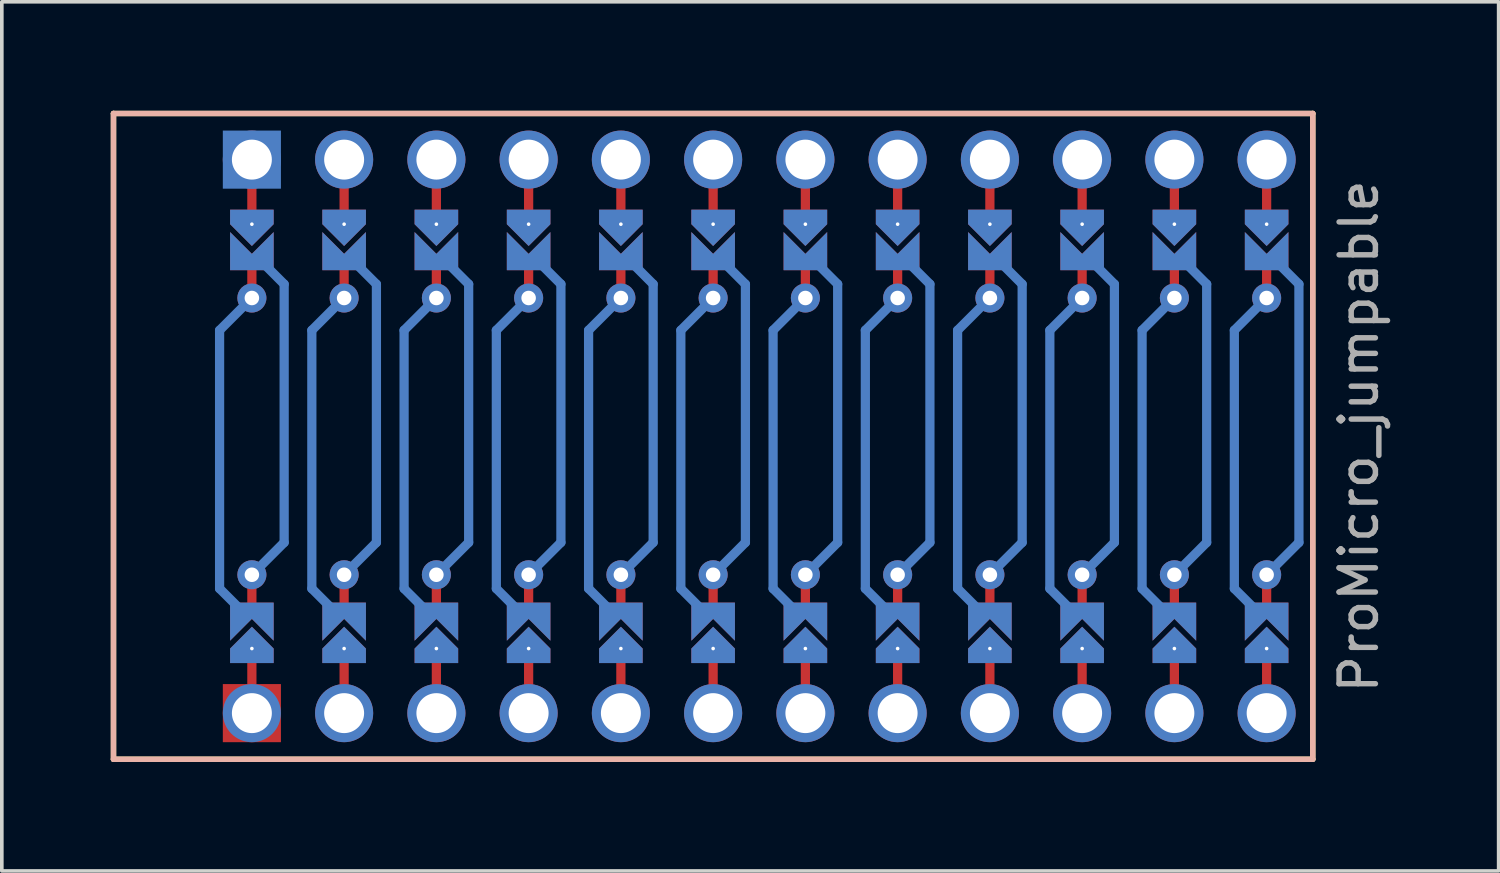
<source format=kicad_pcb>
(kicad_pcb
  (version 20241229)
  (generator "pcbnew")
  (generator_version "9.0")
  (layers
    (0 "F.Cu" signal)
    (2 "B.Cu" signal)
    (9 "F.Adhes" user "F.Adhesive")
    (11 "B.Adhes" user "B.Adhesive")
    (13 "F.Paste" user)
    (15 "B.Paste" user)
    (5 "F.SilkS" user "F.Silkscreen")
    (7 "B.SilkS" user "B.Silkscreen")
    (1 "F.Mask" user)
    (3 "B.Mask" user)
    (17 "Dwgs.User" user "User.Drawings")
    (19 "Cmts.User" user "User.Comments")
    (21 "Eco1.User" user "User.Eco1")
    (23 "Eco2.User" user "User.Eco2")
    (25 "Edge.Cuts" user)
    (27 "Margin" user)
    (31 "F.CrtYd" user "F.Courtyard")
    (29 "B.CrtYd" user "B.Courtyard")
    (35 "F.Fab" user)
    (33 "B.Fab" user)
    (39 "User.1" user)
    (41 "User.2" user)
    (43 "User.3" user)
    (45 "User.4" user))
  (footprint "ProMicro_jumpable"
    (layer "F.Cu")
    (at 17.855 8.965)
    (property "Reference" "ProMicro_jumpable" (at 16.51 0 90) (layer "F.Fab") (effects (font (size 1 1) (thickness 0.15))))
    (attr through_hole)
    (fp_line (start -13.97 -7.62) (end -13.97 -5.842) (stroke (width 0.254) (type default)) (layer "F.Cu"))
    (fp_line (start -13.97 -3.81) (end -13.97 -4.826) (stroke (width 0.254) (type default)) (layer "F.Cu"))
    (fp_line (start -13.97 3.81) (end -13.97 4.826) (stroke (width 0.254) (type default)) (layer "F.Cu"))
    (fp_line (start -13.97 7.62) (end -13.97 5.842) (stroke (width 0.254) (type default)) (layer "F.Cu"))
    (fp_line (start -11.43 -7.62) (end -11.43 -5.842) (stroke (width 0.254) (type default)) (layer "F.Cu"))
    (fp_line (start -11.43 -3.81) (end -11.43 -4.826) (stroke (width 0.254) (type default)) (layer "F.Cu"))
    (fp_line (start -11.43 3.81) (end -11.43 4.826) (stroke (width 0.254) (type default)) (layer "F.Cu"))
    (fp_line (start -11.43 7.62) (end -11.43 5.842) (stroke (width 0.254) (type default)) (layer "F.Cu"))
    (fp_line (start -8.89 -7.62) (end -8.89 -5.842) (stroke (width 0.254) (type default)) (layer "F.Cu"))
    (fp_line (start -8.89 -3.81) (end -8.89 -4.826) (stroke (width 0.254) (type default)) (layer "F.Cu"))
    (fp_line (start -8.89 3.81) (end -8.89 4.826) (stroke (width 0.254) (type default)) (layer "F.Cu"))
    (fp_line (start -8.89 7.62) (end -8.89 5.842) (stroke (width 0.254) (type default)) (layer "F.Cu"))
    (fp_line (start -6.35 -7.62) (end -6.35 -5.842) (stroke (width 0.254) (type default)) (layer "F.Cu"))
    (fp_line (start -6.35 -3.81) (end -6.35 -4.826) (stroke (width 0.254) (type default)) (layer "F.Cu"))
    (fp_line (start -6.35 3.81) (end -6.35 4.826) (stroke (width 0.254) (type default)) (layer "F.Cu"))
    (fp_line (start -6.35 7.62) (end -6.35 5.842) (stroke (width 0.254) (type default)) (layer "F.Cu"))
    (fp_line (start -3.81 -7.62) (end -3.81 -5.842) (stroke (width 0.254) (type default)) (layer "F.Cu"))
    (fp_line (start -3.81 -3.81) (end -3.81 -4.826) (stroke (width 0.254) (type default)) (layer "F.Cu"))
    (fp_line (start -3.81 3.81) (end -3.81 4.826) (stroke (width 0.254) (type default)) (layer "F.Cu"))
    (fp_line (start -3.81 7.62) (end -3.81 5.842) (stroke (width 0.254) (type default)) (layer "F.Cu"))
    (fp_line (start -1.27 -7.62) (end -1.27 -5.842) (stroke (width 0.254) (type default)) (layer "F.Cu"))
    (fp_line (start -1.27 -3.81) (end -1.27 -4.826) (stroke (width 0.254) (type default)) (layer "F.Cu"))
    (fp_line (start -1.27 3.81) (end -1.27 4.826) (stroke (width 0.254) (type default)) (layer "F.Cu"))
    (fp_line (start -1.27 7.62) (end -1.27 5.842) (stroke (width 0.254) (type default)) (layer "F.Cu"))
    (fp_line (start 1.27 -7.62) (end 1.27 -5.842) (stroke (width 0.254) (type default)) (layer "F.Cu"))
    (fp_line (start 1.27 -3.81) (end 1.27 -4.826) (stroke (width 0.254) (type default)) (layer "F.Cu"))
    (fp_line (start 1.27 3.81) (end 1.27 4.826) (stroke (width 0.254) (type default)) (layer "F.Cu"))
    (fp_line (start 1.27 7.62) (end 1.27 5.842) (stroke (width 0.254) (type default)) (layer "F.Cu"))
    (fp_line (start 3.81 -7.62) (end 3.81 -5.842) (stroke (width 0.254) (type default)) (layer "F.Cu"))
    (fp_line (start 3.81 -3.81) (end 3.81 -4.826) (stroke (width 0.254) (type default)) (layer "F.Cu"))
    (fp_line (start 3.81 3.81) (end 3.81 4.826) (stroke (width 0.254) (type default)) (layer "F.Cu"))
    (fp_line (start 3.81 7.62) (end 3.81 5.842) (stroke (width 0.254) (type default)) (layer "F.Cu"))
    (fp_line (start 6.35 -7.62) (end 6.35 -5.842) (stroke (width 0.254) (type default)) (layer "F.Cu"))
    (fp_line (start 6.35 -3.81) (end 6.35 -4.826) (stroke (width 0.254) (type default)) (layer "F.Cu"))
    (fp_line (start 6.35 3.81) (end 6.35 4.826) (stroke (width 0.254) (type default)) (layer "F.Cu"))
    (fp_line (start 6.35 7.62) (end 6.35 5.842) (stroke (width 0.254) (type default)) (layer "F.Cu"))
    (fp_line (start 8.89 -7.62) (end 8.89 -5.842) (stroke (width 0.254) (type default)) (layer "F.Cu"))
    (fp_line (start 8.89 -3.81) (end 8.89 -4.826) (stroke (width 0.254) (type default)) (layer "F.Cu"))
    (fp_line (start 8.89 3.81) (end 8.89 4.826) (stroke (width 0.254) (type default)) (layer "F.Cu"))
    (fp_line (start 8.89 7.62) (end 8.89 5.842) (stroke (width 0.254) (type default)) (layer "F.Cu"))
    (fp_line (start 11.43 -7.62) (end 11.43 -5.842) (stroke (width 0.254) (type default)) (layer "F.Cu"))
    (fp_line (start 11.43 -3.81) (end 11.43 -4.826) (stroke (width 0.254) (type default)) (layer "F.Cu"))
    (fp_line (start 11.43 3.81) (end 11.43 4.826) (stroke (width 0.254) (type default)) (layer "F.Cu"))
    (fp_line (start 11.43 7.62) (end 11.43 5.842) (stroke (width 0.254) (type default)) (layer "F.Cu"))
    (fp_line (start 13.97 -7.62) (end 13.97 -5.842) (stroke (width 0.254) (type default)) (layer "F.Cu"))
    (fp_line (start 13.97 -3.81) (end 13.97 -4.826) (stroke (width 0.254) (type default)) (layer "F.Cu"))
    (fp_line (start 13.97 3.81) (end 13.97 4.826) (stroke (width 0.254) (type default)) (layer "F.Cu"))
    (fp_line (start 13.97 7.62) (end 13.97 5.842) (stroke (width 0.254) (type default)) (layer "F.Cu"))
    (fp_poly (pts (xy -14.478 5.08) (xy -13.462 5.08) (xy -13.462 6.096) (xy -14.478 6.096)) (stroke (width 0.2) (type solid)) (fill yes) (layer "F.Mask"))
    (fp_poly (pts (xy -13.462 -5.08) (xy -14.478 -5.08) (xy -14.478 -6.096) (xy -13.462 -6.096)) (stroke (width 0.2) (type solid)) (fill yes) (layer "F.Mask"))
    (fp_poly (pts (xy -11.938 5.08) (xy -10.922 5.08) (xy -10.922 6.096) (xy -11.938 6.096)) (stroke (width 0.2) (type solid)) (fill yes) (layer "F.Mask"))
    (fp_poly (pts (xy -10.922 -5.08) (xy -11.938 -5.08) (xy -11.938 -6.096) (xy -10.922 -6.096)) (stroke (width 0.2) (type solid)) (fill yes) (layer "F.Mask"))
    (fp_poly (pts (xy -9.398 5.08) (xy -8.382 5.08) (xy -8.382 6.096) (xy -9.398 6.096)) (stroke (width 0.2) (type solid)) (fill yes) (layer "F.Mask"))
    (fp_poly (pts (xy -8.382 -5.08) (xy -9.398 -5.08) (xy -9.398 -6.096) (xy -8.382 -6.096)) (stroke (width 0.2) (type solid)) (fill yes) (layer "F.Mask"))
    (fp_poly (pts (xy -6.858 5.08) (xy -5.842 5.08) (xy -5.842 6.096) (xy -6.858 6.096)) (stroke (width 0.2) (type solid)) (fill yes) (layer "F.Mask"))
    (fp_poly (pts (xy -5.842 -5.08) (xy -6.858 -5.08) (xy -6.858 -6.096) (xy -5.842 -6.096)) (stroke (width 0.2) (type solid)) (fill yes) (layer "F.Mask"))
    (fp_poly (pts (xy -4.318 5.08) (xy -3.302 5.08) (xy -3.302 6.096) (xy -4.318 6.096)) (stroke (width 0.2) (type solid)) (fill yes) (layer "F.Mask"))
    (fp_poly (pts (xy -3.302 -5.08) (xy -4.318 -5.08) (xy -4.318 -6.096) (xy -3.302 -6.096)) (stroke (width 0.2) (type solid)) (fill yes) (layer "F.Mask"))
    (fp_poly (pts (xy -1.778 5.08) (xy -0.762 5.08) (xy -0.762 6.096) (xy -1.778 6.096)) (stroke (width 0.2) (type solid)) (fill yes) (layer "F.Mask"))
    (fp_poly (pts (xy -0.762 -5.08) (xy -1.778 -5.08) (xy -1.778 -6.096) (xy -0.762 -6.096)) (stroke (width 0.2) (type solid)) (fill yes) (layer "F.Mask"))
    (fp_poly (pts (xy 0.762 5.08) (xy 1.778 5.08) (xy 1.778 6.096) (xy 0.762 6.096)) (stroke (width 0.2) (type solid)) (fill yes) (layer "F.Mask"))
    (fp_poly (pts (xy 1.778 -5.08) (xy 0.762 -5.08) (xy 0.762 -6.096) (xy 1.778 -6.096)) (stroke (width 0.2) (type solid)) (fill yes) (layer "F.Mask"))
    (fp_poly (pts (xy 3.302 5.08) (xy 4.318 5.08) (xy 4.318 6.096) (xy 3.302 6.096)) (stroke (width 0.2) (type solid)) (fill yes) (layer "F.Mask"))
    (fp_poly (pts (xy 4.318 -5.08) (xy 3.302 -5.08) (xy 3.302 -6.096) (xy 4.318 -6.096)) (stroke (width 0.2) (type solid)) (fill yes) (layer "F.Mask"))
    (fp_poly (pts (xy 5.842 5.08) (xy 6.858 5.08) (xy 6.858 6.096) (xy 5.842 6.096)) (stroke (width 0.2) (type solid)) (fill yes) (layer "F.Mask"))
    (fp_poly (pts (xy 6.858 -5.08) (xy 5.842 -5.08) (xy 5.842 -6.096) (xy 6.858 -6.096)) (stroke (width 0.2) (type solid)) (fill yes) (layer "F.Mask"))
    (fp_poly (pts (xy 8.382 5.08) (xy 9.398 5.08) (xy 9.398 6.096) (xy 8.382 6.096)) (stroke (width 0.2) (type solid)) (fill yes) (layer "F.Mask"))
    (fp_poly (pts (xy 9.398 -5.08) (xy 8.382 -5.08) (xy 8.382 -6.096) (xy 9.398 -6.096)) (stroke (width 0.2) (type solid)) (fill yes) (layer "F.Mask"))
    (fp_poly (pts (xy 10.922 5.08) (xy 11.938 5.08) (xy 11.938 6.096) (xy 10.922 6.096)) (stroke (width 0.2) (type solid)) (fill yes) (layer "F.Mask"))
    (fp_poly (pts (xy 11.938 -5.08) (xy 10.922 -5.08) (xy 10.922 -6.096) (xy 11.938 -6.096)) (stroke (width 0.2) (type solid)) (fill yes) (layer "F.Mask"))
    (fp_poly (pts (xy 13.462 5.08) (xy 14.478 5.08) (xy 14.478 6.096) (xy 13.462 6.096)) (stroke (width 0.2) (type solid)) (fill yes) (layer "F.Mask"))
    (fp_poly (pts (xy 14.478 -5.08) (xy 13.462 -5.08) (xy 13.462 -6.096) (xy 14.478 -6.096)) (stroke (width 0.2) (type solid)) (fill yes) (layer "F.Mask"))
    (fp_line (start -14.859 -2.921) (end -14.859 4.191) (stroke (width 0.254) (type default)) (layer "B.Cu"))
    (fp_line (start -14.859 -2.921) (end -13.97 -3.81) (stroke (width 0.254) (type default)) (layer "B.Cu"))
    (fp_line (start -14.859 4.191) (end -14.17 4.88) (stroke (width 0.254) (type default)) (layer "B.Cu"))
    (fp_line (start -13.081 -4.191) (end -13.77 -4.88) (stroke (width 0.254) (type default)) (layer "B.Cu"))
    (fp_line (start -13.081 2.921) (end -13.97 3.81) (stroke (width 0.254) (type default)) (layer "B.Cu"))
    (fp_line (start -13.081 2.921) (end -13.081 -4.191) (stroke (width 0.254) (type default)) (layer "B.Cu"))
    (fp_line (start -12.319 -2.921) (end -12.319 4.191) (stroke (width 0.254) (type default)) (layer "B.Cu"))
    (fp_line (start -12.319 -2.921) (end -11.43 -3.81) (stroke (width 0.254) (type default)) (layer "B.Cu"))
    (fp_line (start -12.319 4.191) (end -11.63 4.88) (stroke (width 0.254) (type default)) (layer "B.Cu"))
    (fp_line (start -10.541 -4.191) (end -11.23 -4.88) (stroke (width 0.254) (type default)) (layer "B.Cu"))
    (fp_line (start -10.541 2.921) (end -11.43 3.81) (stroke (width 0.254) (type default)) (layer "B.Cu"))
    (fp_line (start -10.541 2.921) (end -10.541 -4.191) (stroke (width 0.254) (type default)) (layer "B.Cu"))
    (fp_line (start -9.779 -2.921) (end -9.779 4.191) (stroke (width 0.254) (type default)) (layer "B.Cu"))
    (fp_line (start -9.779 -2.921) (end -8.89 -3.81) (stroke (width 0.254) (type default)) (layer "B.Cu"))
    (fp_line (start -9.779 4.191) (end -9.09 4.88) (stroke (width 0.254) (type default)) (layer "B.Cu"))
    (fp_line (start -8.001 -4.191) (end -8.69 -4.88) (stroke (width 0.254) (type default)) (layer "B.Cu"))
    (fp_line (start -8.001 2.921) (end -8.89 3.81) (stroke (width 0.254) (type default)) (layer "B.Cu"))
    (fp_line (start -8.001 2.921) (end -8.001 -4.191) (stroke (width 0.254) (type default)) (layer "B.Cu"))
    (fp_line (start -7.239 -2.921) (end -7.239 4.191) (stroke (width 0.254) (type default)) (layer "B.Cu"))
    (fp_line (start -7.239 -2.921) (end -6.35 -3.81) (stroke (width 0.254) (type default)) (layer "B.Cu"))
    (fp_line (start -7.239 4.191) (end -6.55 4.88) (stroke (width 0.254) (type default)) (layer "B.Cu"))
    (fp_line (start -5.461 -4.191) (end -6.15 -4.88) (stroke (width 0.254) (type default)) (layer "B.Cu"))
    (fp_line (start -5.461 2.921) (end -6.35 3.81) (stroke (width 0.254) (type default)) (layer "B.Cu"))
    (fp_line (start -5.461 2.921) (end -5.461 -4.191) (stroke (width 0.254) (type default)) (layer "B.Cu"))
    (fp_line (start -4.699 -2.921) (end -4.699 4.191) (stroke (width 0.254) (type default)) (layer "B.Cu"))
    (fp_line (start -4.699 -2.921) (end -3.81 -3.81) (stroke (width 0.254) (type default)) (layer "B.Cu"))
    (fp_line (start -4.699 4.191) (end -4.01 4.88) (stroke (width 0.254) (type default)) (layer "B.Cu"))
    (fp_line (start -2.921 -4.191) (end -3.61 -4.88) (stroke (width 0.254) (type default)) (layer "B.Cu"))
    (fp_line (start -2.921 2.921) (end -3.81 3.81) (stroke (width 0.254) (type default)) (layer "B.Cu"))
    (fp_line (start -2.921 2.921) (end -2.921 -4.191) (stroke (width 0.254) (type default)) (layer "B.Cu"))
    (fp_line (start -2.159 -2.921) (end -2.159 4.191) (stroke (width 0.254) (type default)) (layer "B.Cu"))
    (fp_line (start -2.159 -2.921) (end -1.27 -3.81) (stroke (width 0.254) (type default)) (layer "B.Cu"))
    (fp_line (start -2.159 4.191) (end -1.47 4.88) (stroke (width 0.254) (type default)) (layer "B.Cu"))
    (fp_line (start -0.381 -4.191) (end -1.07 -4.88) (stroke (width 0.254) (type default)) (layer "B.Cu"))
    (fp_line (start -0.381 2.921) (end -1.27 3.81) (stroke (width 0.254) (type default)) (layer "B.Cu"))
    (fp_line (start -0.381 2.921) (end -0.381 -4.191) (stroke (width 0.254) (type default)) (layer "B.Cu"))
    (fp_line (start 0.381 -2.921) (end 0.381 4.191) (stroke (width 0.254) (type default)) (layer "B.Cu"))
    (fp_line (start 0.381 -2.921) (end 1.27 -3.81) (stroke (width 0.254) (type default)) (layer "B.Cu"))
    (fp_line (start 0.381 4.191) (end 1.07 4.88) (stroke (width 0.254) (type default)) (layer "B.Cu"))
    (fp_line (start 2.159 -4.191) (end 1.47 -4.88) (stroke (width 0.254) (type default)) (layer "B.Cu"))
    (fp_line (start 2.159 2.921) (end 1.27 3.81) (stroke (width 0.254) (type default)) (layer "B.Cu"))
    (fp_line (start 2.159 2.921) (end 2.159 -4.191) (stroke (width 0.254) (type default)) (layer "B.Cu"))
    (fp_line (start 2.921 -2.921) (end 2.921 4.191) (stroke (width 0.254) (type default)) (layer "B.Cu"))
    (fp_line (start 2.921 -2.921) (end 3.81 -3.81) (stroke (width 0.254) (type default)) (layer "B.Cu"))
    (fp_line (start 2.921 4.191) (end 3.61 4.88) (stroke (width 0.254) (type default)) (layer "B.Cu"))
    (fp_line (start 4.699 -4.191) (end 4.01 -4.88) (stroke (width 0.254) (type default)) (layer "B.Cu"))
    (fp_line (start 4.699 2.921) (end 3.81 3.81) (stroke (width 0.254) (type default)) (layer "B.Cu"))
    (fp_line (start 4.699 2.921) (end 4.699 -4.191) (stroke (width 0.254) (type default)) (layer "B.Cu"))
    (fp_line (start 5.461 -2.921) (end 5.461 4.191) (stroke (width 0.254) (type default)) (layer "B.Cu"))
    (fp_line (start 5.461 -2.921) (end 6.35 -3.81) (stroke (width 0.254) (type default)) (layer "B.Cu"))
    (fp_line (start 5.461 4.191) (end 6.15 4.88) (stroke (width 0.254) (type default)) (layer "B.Cu"))
    (fp_line (start 7.239 -4.191) (end 6.55 -4.88) (stroke (width 0.254) (type default)) (layer "B.Cu"))
    (fp_line (start 7.239 2.921) (end 6.35 3.81) (stroke (width 0.254) (type default)) (layer "B.Cu"))
    (fp_line (start 7.239 2.921) (end 7.239 -4.191) (stroke (width 0.254) (type default)) (layer "B.Cu"))
    (fp_line (start 8.001 -2.921) (end 8.001 4.191) (stroke (width 0.254) (type default)) (layer "B.Cu"))
    (fp_line (start 8.001 -2.921) (end 8.89 -3.81) (stroke (width 0.254) (type default)) (layer "B.Cu"))
    (fp_line (start 8.001 4.191) (end 8.69 4.88) (stroke (width 0.254) (type default)) (layer "B.Cu"))
    (fp_line (start 9.779 -4.191) (end 9.09 -4.88) (stroke (width 0.254) (type default)) (layer "B.Cu"))
    (fp_line (start 9.779 2.921) (end 8.89 3.81) (stroke (width 0.254) (type default)) (layer "B.Cu"))
    (fp_line (start 9.779 2.921) (end 9.779 -4.191) (stroke (width 0.254) (type default)) (layer "B.Cu"))
    (fp_line (start 10.541 -2.921) (end 10.541 4.191) (stroke (width 0.254) (type default)) (layer "B.Cu"))
    (fp_line (start 10.541 -2.921) (end 11.43 -3.81) (stroke (width 0.254) (type default)) (layer "B.Cu"))
    (fp_line (start 10.541 4.191) (end 11.23 4.88) (stroke (width 0.254) (type default)) (layer "B.Cu"))
    (fp_line (start 12.319 -4.191) (end 11.63 -4.88) (stroke (width 0.254) (type default)) (layer "B.Cu"))
    (fp_line (start 12.319 2.921) (end 11.43 3.81) (stroke (width 0.254) (type default)) (layer "B.Cu"))
    (fp_line (start 12.319 2.921) (end 12.319 -4.191) (stroke (width 0.254) (type default)) (layer "B.Cu"))
    (fp_line (start 13.081 -2.921) (end 13.081 4.191) (stroke (width 0.254) (type default)) (layer "B.Cu"))
    (fp_line (start 13.081 -2.921) (end 13.97 -3.81) (stroke (width 0.254) (type default)) (layer "B.Cu"))
    (fp_line (start 13.081 4.191) (end 13.77 4.88) (stroke (width 0.254) (type default)) (layer "B.Cu"))
    (fp_line (start 14.859 -4.191) (end 14.17 -4.88) (stroke (width 0.254) (type default)) (layer "B.Cu"))
    (fp_line (start 14.859 2.921) (end 13.97 3.81) (stroke (width 0.254) (type default)) (layer "B.Cu"))
    (fp_line (start 14.859 2.921) (end 14.859 -4.191) (stroke (width 0.254) (type default)) (layer "B.Cu"))
    (fp_poly (pts (xy -14.478 5.08) (xy -13.462 5.08) (xy -13.462 6.096) (xy -14.478 6.096)) (stroke (width 0.2) (type solid)) (fill yes) (layer "B.Mask"))
    (fp_poly (pts (xy -13.462 -5.08) (xy -14.478 -5.08) (xy -14.478 -6.096) (xy -13.462 -6.096)) (stroke (width 0.2) (type solid)) (fill yes) (layer "B.Mask"))
    (fp_poly (pts (xy -11.938 5.08) (xy -10.922 5.08) (xy -10.922 6.096) (xy -11.938 6.096)) (stroke (width 0.2) (type solid)) (fill yes) (layer "B.Mask"))
    (fp_poly (pts (xy -10.922 -5.08) (xy -11.938 -5.08) (xy -11.938 -6.096) (xy -10.922 -6.096)) (stroke (width 0.2) (type solid)) (fill yes) (layer "B.Mask"))
    (fp_poly (pts (xy -9.398 5.08) (xy -8.382 5.08) (xy -8.382 6.096) (xy -9.398 6.096)) (stroke (width 0.2) (type solid)) (fill yes) (layer "B.Mask"))
    (fp_poly (pts (xy -8.382 -5.08) (xy -9.398 -5.08) (xy -9.398 -6.096) (xy -8.382 -6.096)) (stroke (width 0.2) (type solid)) (fill yes) (layer "B.Mask"))
    (fp_poly (pts (xy -6.858 5.08) (xy -5.842 5.08) (xy -5.842 6.096) (xy -6.858 6.096)) (stroke (width 0.2) (type solid)) (fill yes) (layer "B.Mask"))
    (fp_poly (pts (xy -5.842 -5.08) (xy -6.858 -5.08) (xy -6.858 -6.096) (xy -5.842 -6.096)) (stroke (width 0.2) (type solid)) (fill yes) (layer "B.Mask"))
    (fp_poly (pts (xy -4.318 5.08) (xy -3.302 5.08) (xy -3.302 6.096) (xy -4.318 6.096)) (stroke (width 0.2) (type solid)) (fill yes) (layer "B.Mask"))
    (fp_poly (pts (xy -3.302 -5.08) (xy -4.318 -5.08) (xy -4.318 -6.096) (xy -3.302 -6.096)) (stroke (width 0.2) (type solid)) (fill yes) (layer "B.Mask"))
    (fp_poly (pts (xy -1.778 5.08) (xy -0.762 5.08) (xy -0.762 6.096) (xy -1.778 6.096)) (stroke (width 0.2) (type solid)) (fill yes) (layer "B.Mask"))
    (fp_poly (pts (xy -0.762 -5.08) (xy -1.778 -5.08) (xy -1.778 -6.096) (xy -0.762 -6.096)) (stroke (width 0.2) (type solid)) (fill yes) (layer "B.Mask"))
    (fp_poly (pts (xy 0.762 5.08) (xy 1.778 5.08) (xy 1.778 6.096) (xy 0.762 6.096)) (stroke (width 0.2) (type solid)) (fill yes) (layer "B.Mask"))
    (fp_poly (pts (xy 1.778 -5.08) (xy 0.762 -5.08) (xy 0.762 -6.096) (xy 1.778 -6.096)) (stroke (width 0.2) (type solid)) (fill yes) (layer "B.Mask"))
    (fp_poly (pts (xy 3.302 5.08) (xy 4.318 5.08) (xy 4.318 6.096) (xy 3.302 6.096)) (stroke (width 0.2) (type solid)) (fill yes) (layer "B.Mask"))
    (fp_poly (pts (xy 4.318 -5.08) (xy 3.302 -5.08) (xy 3.302 -6.096) (xy 4.318 -6.096)) (stroke (width 0.2) (type solid)) (fill yes) (layer "B.Mask"))
    (fp_poly (pts (xy 5.842 5.08) (xy 6.858 5.08) (xy 6.858 6.096) (xy 5.842 6.096)) (stroke (width 0.2) (type solid)) (fill yes) (layer "B.Mask"))
    (fp_poly (pts (xy 6.858 -5.08) (xy 5.842 -5.08) (xy 5.842 -6.096) (xy 6.858 -6.096)) (stroke (width 0.2) (type solid)) (fill yes) (layer "B.Mask"))
    (fp_poly (pts (xy 8.382 5.08) (xy 9.398 5.08) (xy 9.398 6.096) (xy 8.382 6.096)) (stroke (width 0.2) (type solid)) (fill yes) (layer "B.Mask"))
    (fp_poly (pts (xy 9.398 -5.08) (xy 8.382 -5.08) (xy 8.382 -6.096) (xy 9.398 -6.096)) (stroke (width 0.2) (type solid)) (fill yes) (layer "B.Mask"))
    (fp_poly (pts (xy 10.922 5.08) (xy 11.938 5.08) (xy 11.938 6.096) (xy 10.922 6.096)) (stroke (width 0.2) (type solid)) (fill yes) (layer "B.Mask"))
    (fp_poly (pts (xy 11.938 -5.08) (xy 10.922 -5.08) (xy 10.922 -6.096) (xy 11.938 -6.096)) (stroke (width 0.2) (type solid)) (fill yes) (layer "B.Mask"))
    (fp_poly (pts (xy 13.462 5.08) (xy 14.478 5.08) (xy 14.478 6.096) (xy 13.462 6.096)) (stroke (width 0.2) (type solid)) (fill yes) (layer "B.Mask"))
    (fp_poly (pts (xy 14.478 -5.08) (xy 13.462 -5.08) (xy 13.462 -6.096) (xy 14.478 -6.096)) (stroke (width 0.2) (type solid)) (fill yes) (layer "B.Mask"))
    (fp_line (start -17.78 -8.89) (end 15.24 -8.89) (stroke (width 0.15) (type solid)) (layer "F.SilkS"))
    (fp_line (start -17.78 8.89) (end -17.78 -8.89) (stroke (width 0.15) (type solid)) (layer "F.SilkS"))
    (fp_line (start -17.78 8.89) (end 15.24 8.89) (stroke (width 0.15) (type solid)) (layer "F.SilkS"))
    (fp_line (start 15.24 8.89) (end 15.24 -8.89) (stroke (width 0.15) (type solid)) (layer "F.SilkS"))
    (fp_line (start -17.78 -8.89) (end -17.78 8.89) (stroke (width 0.15) (type solid)) (layer "B.SilkS"))
    (fp_line (start -17.78 -8.89) (end 15.24 -8.89) (stroke (width 0.15) (type solid)) (layer "B.SilkS"))
    (fp_line (start -17.78 8.89) (end 15.24 8.89) (stroke (width 0.15) (type solid)) (layer "B.SilkS"))
    (fp_line (start 15.24 -8.89) (end 15.24 8.89) (stroke (width 0.15) (type solid)) (layer "B.SilkS"))
    (pad "" thru_hole circle (at -13.97 -7.62) (size 1.6 1.6) (drill 1.1) (layers "*.Cu" "*.Paste" "*.Mask"))
    (pad "" smd rect (at -13.97 -7.62) (size 1.6 1.6) (layers "B.Cu" "B.Mask" "B.Paste"))
    (pad "" thru_hole custom (at -13.97 -5.842) (size 0.1 0.1) (drill 0.4) (layers "*.Cu" "*.Mask") (options (anchor rect)) (primitives (gr_poly (pts (xy 0.6 -0.4) (xy -0.6 -0.4) (xy -0.6 0) (xy 0 0.6) (xy 0.6 0)) (width 0) (fill yes))))
    (pad "" thru_hole custom (at -13.97 5.842 180) (size 0.1 0.1) (drill 0.4) (layers "*.Cu" "*.Mask") (options (anchor rect)) (primitives (gr_poly (pts (xy 0.6 -0.4) (xy -0.6 -0.4) (xy -0.6 0) (xy 0 0.6) (xy 0.6 0)) (width 0) (fill yes))))
    (pad "" thru_hole circle (at -13.97 7.62) (size 1.6 1.6) (drill 1.1) (layers "*.Cu" "*.Paste" "*.Mask"))
    (pad "" smd rect (at -13.97 7.62 270) (size 1.6 1.6) (layers "F.Cu" "F.Mask" "F.Paste"))
    (pad "" thru_hole circle (at -11.43 -7.62) (size 1.6 1.6) (drill 1.1) (layers "*.Cu" "*.Paste" "*.Mask"))
    (pad "" thru_hole custom (at -11.43 -5.842) (size 0.1 0.1) (drill 0.4) (layers "*.Cu" "*.Mask") (options (anchor rect)) (primitives (gr_poly (pts (xy 0.6 -0.4) (xy -0.6 -0.4) (xy -0.6 0) (xy 0 0.6) (xy 0.6 0)) (width 0) (fill yes))))
    (pad "" thru_hole custom (at -11.43 5.842 180) (size 0.1 0.1) (drill 0.4) (layers "*.Cu" "*.Mask") (options (anchor rect)) (primitives (gr_poly (pts (xy 0.6 -0.4) (xy -0.6 -0.4) (xy -0.6 0) (xy 0 0.6) (xy 0.6 0)) (width 0) (fill yes))))
    (pad "" thru_hole circle (at -11.43 7.62) (size 1.6 1.6) (drill 1.1) (layers "*.Cu" "*.Paste" "*.Mask"))
    (pad "" thru_hole circle (at -8.89 -7.62) (size 1.6 1.6) (drill 1.1) (layers "*.Cu" "*.Paste" "*.Mask"))
    (pad "" thru_hole custom (at -8.89 -5.842) (size 0.1 0.1) (drill 0.4) (layers "*.Cu" "*.Mask") (options (anchor rect)) (primitives (gr_poly (pts (xy 0.6 -0.4) (xy -0.6 -0.4) (xy -0.6 0) (xy 0 0.6) (xy 0.6 0)) (width 0) (fill yes))))
    (pad "" thru_hole custom (at -8.89 5.842 180) (size 0.1 0.1) (drill 0.4) (layers "*.Cu" "*.Mask") (options (anchor rect)) (primitives (gr_poly (pts (xy 0.6 -0.4) (xy -0.6 -0.4) (xy -0.6 0) (xy 0 0.6) (xy 0.6 0)) (width 0) (fill yes))))
    (pad "" thru_hole circle (at -8.89 7.62) (size 1.6 1.6) (drill 1.1) (layers "*.Cu" "*.Paste" "*.Mask"))
    (pad "" thru_hole circle (at -6.35 -7.62) (size 1.6 1.6) (drill 1.1) (layers "*.Cu" "*.Paste" "*.Mask"))
    (pad "" thru_hole custom (at -6.35 -5.842) (size 0.1 0.1) (drill 0.4) (layers "*.Cu" "*.Mask") (options (anchor rect)) (primitives (gr_poly (pts (xy 0.6 -0.4) (xy -0.6 -0.4) (xy -0.6 0) (xy 0 0.6) (xy 0.6 0)) (width 0) (fill yes))))
    (pad "" thru_hole custom (at -6.35 5.842 180) (size 0.1 0.1) (drill 0.4) (layers "*.Cu" "*.Mask") (options (anchor rect)) (primitives (gr_poly (pts (xy 0.6 -0.4) (xy -0.6 -0.4) (xy -0.6 0) (xy 0 0.6) (xy 0.6 0)) (width 0) (fill yes))))
    (pad "" thru_hole circle (at -6.35 7.62) (size 1.6 1.6) (drill 1.1) (layers "*.Cu" "*.Paste" "*.Mask"))
    (pad "" thru_hole circle (at -3.81 -7.62) (size 1.6 1.6) (drill 1.1) (layers "*.Cu" "*.Paste" "*.Mask"))
    (pad "" thru_hole custom (at -3.81 -5.842) (size 0.1 0.1) (drill 0.4) (layers "*.Cu" "*.Mask") (options (anchor rect)) (primitives (gr_poly (pts (xy 0.6 -0.4) (xy -0.6 -0.4) (xy -0.6 0) (xy 0 0.6) (xy 0.6 0)) (width 0) (fill yes))))
    (pad "" thru_hole custom (at -3.81 5.842 180) (size 0.1 0.1) (drill 0.4) (layers "*.Cu" "*.Mask") (options (anchor rect)) (primitives (gr_poly (pts (xy 0.6 -0.4) (xy -0.6 -0.4) (xy -0.6 0) (xy 0 0.6) (xy 0.6 0)) (width 0) (fill yes))))
    (pad "" thru_hole circle (at -3.81 7.62) (size 1.6 1.6) (drill 1.1) (layers "*.Cu" "*.Paste" "*.Mask"))
    (pad "" thru_hole circle (at -1.27 -7.62) (size 1.6 1.6) (drill 1.1) (layers "*.Cu" "*.Paste" "*.Mask"))
    (pad "" thru_hole custom (at -1.27 -5.842) (size 0.1 0.1) (drill 0.4) (layers "*.Cu" "*.Mask") (options (anchor rect)) (primitives (gr_poly (pts (xy 0.6 -0.4) (xy -0.6 -0.4) (xy -0.6 0) (xy 0 0.6) (xy 0.6 0)) (width 0) (fill yes))))
    (pad "" thru_hole custom (at -1.27 5.842 180) (size 0.1 0.1) (drill 0.4) (layers "*.Cu" "*.Mask") (options (anchor rect)) (primitives (gr_poly (pts (xy 0.6 -0.4) (xy -0.6 -0.4) (xy -0.6 0) (xy 0 0.6) (xy 0.6 0)) (width 0) (fill yes))))
    (pad "" thru_hole circle (at -1.27 7.62) (size 1.6 1.6) (drill 1.1) (layers "*.Cu" "*.Paste" "*.Mask"))
    (pad "" thru_hole circle (at 1.27 -7.62) (size 1.6 1.6) (drill 1.1) (layers "*.Cu" "*.Paste" "*.Mask"))
    (pad "" thru_hole custom (at 1.27 -5.842) (size 0.1 0.1) (drill 0.4) (layers "*.Cu" "*.Mask") (options (anchor rect)) (primitives (gr_poly (pts (xy 0.6 -0.4) (xy -0.6 -0.4) (xy -0.6 0) (xy 0 0.6) (xy 0.6 0)) (width 0) (fill yes))))
    (pad "" thru_hole custom (at 1.27 5.842 180) (size 0.1 0.1) (drill 0.4) (layers "*.Cu" "*.Mask") (options (anchor rect)) (primitives (gr_poly (pts (xy 0.6 -0.4) (xy -0.6 -0.4) (xy -0.6 0) (xy 0 0.6) (xy 0.6 0)) (width 0) (fill yes))))
    (pad "" thru_hole circle (at 1.27 7.62) (size 1.6 1.6) (drill 1.1) (layers "*.Cu" "*.Paste" "*.Mask"))
    (pad "" thru_hole circle (at 3.81 -7.62) (size 1.6 1.6) (drill 1.1) (layers "*.Cu" "*.Paste" "*.Mask"))
    (pad "" thru_hole custom (at 3.81 -5.842) (size 0.1 0.1) (drill 0.4) (layers "*.Cu" "*.Mask") (options (anchor rect)) (primitives (gr_poly (pts (xy 0.6 -0.4) (xy -0.6 -0.4) (xy -0.6 0) (xy 0 0.6) (xy 0.6 0)) (width 0) (fill yes))))
    (pad "" thru_hole custom (at 3.81 5.842 180) (size 0.1 0.1) (drill 0.4) (layers "*.Cu" "*.Mask") (options (anchor rect)) (primitives (gr_poly (pts (xy 0.6 -0.4) (xy -0.6 -0.4) (xy -0.6 0) (xy 0 0.6) (xy 0.6 0)) (width 0) (fill yes))))
    (pad "" thru_hole circle (at 3.81 7.62) (size 1.6 1.6) (drill 1.1) (layers "*.Cu" "*.Paste" "*.Mask"))
    (pad "" thru_hole circle (at 6.35 -7.62) (size 1.6 1.6) (drill 1.1) (layers "*.Cu" "*.Paste" "*.Mask"))
    (pad "" thru_hole custom (at 6.35 -5.842) (size 0.1 0.1) (drill 0.4) (layers "*.Cu" "*.Mask") (options (anchor rect)) (primitives (gr_poly (pts (xy 0.6 -0.4) (xy -0.6 -0.4) (xy -0.6 0) (xy 0 0.6) (xy 0.6 0)) (width 0) (fill yes))))
    (pad "" thru_hole custom (at 6.35 5.842 180) (size 0.1 0.1) (drill 0.4) (layers "*.Cu" "*.Mask") (options (anchor rect)) (primitives (gr_poly (pts (xy 0.6 -0.4) (xy -0.6 -0.4) (xy -0.6 0) (xy 0 0.6) (xy 0.6 0)) (width 0) (fill yes))))
    (pad "" thru_hole circle (at 6.35 7.62) (size 1.6 1.6) (drill 1.1) (layers "*.Cu" "*.Paste" "*.Mask"))
    (pad "" thru_hole circle (at 8.89 -7.62) (size 1.6 1.6) (drill 1.1) (layers "*.Cu" "*.Paste" "*.Mask"))
    (pad "" thru_hole custom (at 8.89 -5.842) (size 0.1 0.1) (drill 0.4) (layers "*.Cu" "*.Mask") (options (anchor rect)) (primitives (gr_poly (pts (xy 0.6 -0.4) (xy -0.6 -0.4) (xy -0.6 0) (xy 0 0.6) (xy 0.6 0)) (width 0) (fill yes))))
    (pad "" thru_hole custom (at 8.89 5.842 180) (size 0.1 0.1) (drill 0.4) (layers "*.Cu" "*.Mask") (options (anchor rect)) (primitives (gr_poly (pts (xy 0.6 -0.4) (xy -0.6 -0.4) (xy -0.6 0) (xy 0 0.6) (xy 0.6 0)) (width 0) (fill yes))))
    (pad "" thru_hole circle (at 8.89 7.62) (size 1.6 1.6) (drill 1.1) (layers "*.Cu" "*.Paste" "*.Mask"))
    (pad "" thru_hole circle (at 11.43 -7.62) (size 1.6 1.6) (drill 1.1) (layers "*.Cu" "*.Paste" "*.Mask"))
    (pad "" thru_hole custom (at 11.43 -5.842) (size 0.1 0.1) (drill 0.4) (layers "*.Cu" "*.Mask") (options (anchor rect)) (primitives (gr_poly (pts (xy 0.6 -0.4) (xy -0.6 -0.4) (xy -0.6 0) (xy 0 0.6) (xy 0.6 0)) (width 0) (fill yes))))
    (pad "" thru_hole custom (at 11.43 5.842 180) (size 0.1 0.1) (drill 0.4) (layers "*.Cu" "*.Mask") (options (anchor rect)) (primitives (gr_poly (pts (xy 0.6 -0.4) (xy -0.6 -0.4) (xy -0.6 0) (xy 0 0.6) (xy 0.6 0)) (width 0) (fill yes))))
    (pad "" thru_hole circle (at 11.43 7.62) (size 1.6 1.6) (drill 1.1) (layers "*.Cu" "*.Paste" "*.Mask"))
    (pad "" thru_hole circle (at 13.97 -7.62) (size 1.6 1.6) (drill 1.1) (layers "*.Cu" "*.Paste" "*.Mask"))
    (pad "" thru_hole custom (at 13.97 -5.842) (size 0.1 0.1) (drill 0.4) (layers "*.Cu" "*.Mask") (options (anchor rect)) (primitives (gr_poly (pts (xy 0.6 -0.4) (xy -0.6 -0.4) (xy -0.6 0) (xy 0 0.6) (xy 0.6 0)) (width 0) (fill yes))))
    (pad "" thru_hole custom (at 13.97 5.842 180) (size 0.1 0.1) (drill 0.4) (layers "*.Cu" "*.Mask") (options (anchor rect)) (primitives (gr_poly (pts (xy 0.6 -0.4) (xy -0.6 -0.4) (xy -0.6 0) (xy 0 0.6) (xy 0.6 0)) (width 0) (fill yes))))
    (pad "" thru_hole circle (at 13.97 7.62) (size 1.6 1.6) (drill 1.1) (layers "*.Cu" "*.Paste" "*.Mask"))
    (pad "1" smd custom (at -13.97 -4.826) (size 0.1 0.1) (layers "F.Cu" "F.Mask") (options (anchor rect)) (primitives (gr_poly (pts (xy 0.6 0.25) (xy -0.6 0.25) (xy -0.6 -0.8) (xy 0 -0.2) (xy 0.6 -0.8)) (width 0) (fill yes))))
    (pad "1" thru_hole circle (at -13.97 -3.81 180) (size 0.8 0.8) (drill 0.4) (layers "*.Cu" "*.Mask"))
    (pad "1" smd custom (at -13.97 4.826 180) (size 0.1 0.1) (layers "B.Cu" "B.Mask") (options (anchor rect)) (primitives (gr_poly (pts (xy 0.6 0.25) (xy -0.6 0.25) (xy -0.6 -0.8) (xy 0 -0.2) (xy 0.6 -0.8)) (width 0) (fill yes))))
    (pad "2" smd custom (at -11.43 -4.826) (size 0.1 0.1) (layers "F.Cu" "F.Mask") (options (anchor rect)) (primitives (gr_poly (pts (xy 0.6 0.25) (xy -0.6 0.25) (xy -0.6 -0.8) (xy 0 -0.2) (xy 0.6 -0.8)) (width 0) (fill yes))))
    (pad "2" thru_hole circle (at -11.43 -3.81 180) (size 0.8 0.8) (drill 0.4) (layers "*.Cu" "*.Mask"))
    (pad "2" smd custom (at -11.43 4.826 180) (size 0.1 0.1) (layers "B.Cu" "B.Mask") (options (anchor rect)) (primitives (gr_poly (pts (xy 0.6 0.25) (xy -0.6 0.25) (xy -0.6 -0.8) (xy 0 -0.2) (xy 0.6 -0.8)) (width 0) (fill yes))))
    (pad "3" smd custom (at -8.89 -4.826) (size 0.1 0.1) (layers "F.Cu" "F.Mask") (options (anchor rect)) (primitives (gr_poly (pts (xy 0.6 0.25) (xy -0.6 0.25) (xy -0.6 -0.8) (xy 0 -0.2) (xy 0.6 -0.8)) (width 0) (fill yes))))
    (pad "3" thru_hole circle (at -8.89 -3.81 180) (size 0.8 0.8) (drill 0.4) (layers "*.Cu" "*.Mask"))
    (pad "3" smd custom (at -8.89 4.826 180) (size 0.1 0.1) (layers "B.Cu" "B.Mask") (options (anchor rect)) (primitives (gr_poly (pts (xy 0.6 0.25) (xy -0.6 0.25) (xy -0.6 -0.8) (xy 0 -0.2) (xy 0.6 -0.8)) (width 0) (fill yes))))
    (pad "4" smd custom (at -6.35 -4.826) (size 0.1 0.1) (layers "F.Cu" "F.Mask") (options (anchor rect)) (primitives (gr_poly (pts (xy 0.6 0.25) (xy -0.6 0.25) (xy -0.6 -0.8) (xy 0 -0.2) (xy 0.6 -0.8)) (width 0) (fill yes))))
    (pad "4" thru_hole circle (at -6.35 -3.81 180) (size 0.8 0.8) (drill 0.4) (layers "*.Cu" "*.Mask"))
    (pad "4" smd custom (at -6.35 4.826 180) (size 0.1 0.1) (layers "B.Cu" "B.Mask") (options (anchor rect)) (primitives (gr_poly (pts (xy 0.6 0.25) (xy -0.6 0.25) (xy -0.6 -0.8) (xy 0 -0.2) (xy 0.6 -0.8)) (width 0) (fill yes))))
    (pad "5" smd custom (at -3.81 -4.826) (size 0.1 0.1) (layers "F.Cu" "F.Mask") (options (anchor rect)) (primitives (gr_poly (pts (xy 0.6 0.25) (xy -0.6 0.25) (xy -0.6 -0.8) (xy 0 -0.2) (xy 0.6 -0.8)) (width 0) (fill yes))))
    (pad "5" thru_hole circle (at -3.81 -3.81 180) (size 0.8 0.8) (drill 0.4) (layers "*.Cu" "*.Mask"))
    (pad "5" smd custom (at -3.81 4.826 180) (size 0.1 0.1) (layers "B.Cu" "B.Mask") (options (anchor rect)) (primitives (gr_poly (pts (xy 0.6 0.25) (xy -0.6 0.25) (xy -0.6 -0.8) (xy 0 -0.2) (xy 0.6 -0.8)) (width 0) (fill yes))))
    (pad "6" smd custom (at -1.27 -4.826) (size 0.1 0.1) (layers "F.Cu" "F.Mask") (options (anchor rect)) (primitives (gr_poly (pts (xy 0.6 0.25) (xy -0.6 0.25) (xy -0.6 -0.8) (xy 0 -0.2) (xy 0.6 -0.8)) (width 0) (fill yes))))
    (pad "6" thru_hole circle (at -1.27 -3.81 180) (size 0.8 0.8) (drill 0.4) (layers "*.Cu" "*.Mask"))
    (pad "6" smd custom (at -1.27 4.826 180) (size 0.1 0.1) (layers "B.Cu" "B.Mask") (options (anchor rect)) (primitives (gr_poly (pts (xy 0.6 0.25) (xy -0.6 0.25) (xy -0.6 -0.8) (xy 0 -0.2) (xy 0.6 -0.8)) (width 0) (fill yes))))
    (pad "7" smd custom (at 1.27 -4.826) (size 0.1 0.1) (layers "F.Cu" "F.Mask") (options (anchor rect)) (primitives (gr_poly (pts (xy 0.6 0.25) (xy -0.6 0.25) (xy -0.6 -0.8) (xy 0 -0.2) (xy 0.6 -0.8)) (width 0) (fill yes))))
    (pad "7" thru_hole circle (at 1.27 -3.81 180) (size 0.8 0.8) (drill 0.4) (layers "*.Cu" "*.Mask"))
    (pad "7" smd custom (at 1.27 4.826 180) (size 0.1 0.1) (layers "B.Cu" "B.Mask") (options (anchor rect)) (primitives (gr_poly (pts (xy 0.6 0.25) (xy -0.6 0.25) (xy -0.6 -0.8) (xy 0 -0.2) (xy 0.6 -0.8)) (width 0) (fill yes))))
    (pad "8" smd custom (at 3.81 -4.826) (size 0.1 0.1) (layers "F.Cu" "F.Mask") (options (anchor rect)) (primitives (gr_poly (pts (xy 0.6 0.25) (xy -0.6 0.25) (xy -0.6 -0.8) (xy 0 -0.2) (xy 0.6 -0.8)) (width 0) (fill yes))))
    (pad "8" thru_hole circle (at 3.81 -3.81 180) (size 0.8 0.8) (drill 0.4) (layers "*.Cu" "*.Mask"))
    (pad "8" smd custom (at 3.81 4.826 180) (size 0.1 0.1) (layers "B.Cu" "B.Mask") (options (anchor rect)) (primitives (gr_poly (pts (xy 0.6 0.25) (xy -0.6 0.25) (xy -0.6 -0.8) (xy 0 -0.2) (xy 0.6 -0.8)) (width 0) (fill yes))))
    (pad "9" smd custom (at 6.35 -4.826) (size 0.1 0.1) (layers "F.Cu" "F.Mask") (options (anchor rect)) (primitives (gr_poly (pts (xy 0.6 0.25) (xy -0.6 0.25) (xy -0.6 -0.8) (xy 0 -0.2) (xy 0.6 -0.8)) (width 0) (fill yes))))
    (pad "9" thru_hole circle (at 6.35 -3.81 180) (size 0.8 0.8) (drill 0.4) (layers "*.Cu" "*.Mask"))
    (pad "9" smd custom (at 6.35 4.826 180) (size 0.1 0.1) (layers "B.Cu" "B.Mask") (options (anchor rect)) (primitives (gr_poly (pts (xy 0.6 0.25) (xy -0.6 0.25) (xy -0.6 -0.8) (xy 0 -0.2) (xy 0.6 -0.8)) (width 0) (fill yes))))
    (pad "10" smd custom (at 8.89 -4.826) (size 0.1 0.1) (layers "F.Cu" "F.Mask") (options (anchor rect)) (primitives (gr_poly (pts (xy 0.6 0.25) (xy -0.6 0.25) (xy -0.6 -0.8) (xy 0 -0.2) (xy 0.6 -0.8)) (width 0) (fill yes))))
    (pad "10" thru_hole circle (at 8.89 -3.81 180) (size 0.8 0.8) (drill 0.4) (layers "*.Cu" "*.Mask"))
    (pad "10" smd custom (at 8.89 4.826 180) (size 0.1 0.1) (layers "B.Cu" "B.Mask") (options (anchor rect)) (primitives (gr_poly (pts (xy 0.6 0.25) (xy -0.6 0.25) (xy -0.6 -0.8) (xy 0 -0.2) (xy 0.6 -0.8)) (width 0) (fill yes))))
    (pad "11" smd custom (at 11.43 -4.826) (size 0.1 0.1) (layers "F.Cu" "F.Mask") (options (anchor rect)) (primitives (gr_poly (pts (xy 0.6 0.25) (xy -0.6 0.25) (xy -0.6 -0.8) (xy 0 -0.2) (xy 0.6 -0.8)) (width 0) (fill yes))))
    (pad "11" thru_hole circle (at 11.43 -3.81 180) (size 0.8 0.8) (drill 0.4) (layers "*.Cu" "*.Mask"))
    (pad "11" smd custom (at 11.43 4.826 180) (size 0.1 0.1) (layers "B.Cu" "B.Mask") (options (anchor rect)) (primitives (gr_poly (pts (xy 0.6 0.25) (xy -0.6 0.25) (xy -0.6 -0.8) (xy 0 -0.2) (xy 0.6 -0.8)) (width 0) (fill yes))))
    (pad "12" smd custom (at 13.97 -4.826) (size 0.1 0.1) (layers "F.Cu" "F.Mask") (options (anchor rect)) (primitives (gr_poly (pts (xy 0.6 0.25) (xy -0.6 0.25) (xy -0.6 -0.8) (xy 0 -0.2) (xy 0.6 -0.8)) (width 0) (fill yes))))
    (pad "12" thru_hole circle (at 13.97 -3.81 180) (size 0.8 0.8) (drill 0.4) (layers "*.Cu" "*.Mask"))
    (pad "12" smd custom (at 13.97 4.826 180) (size 0.1 0.1) (layers "B.Cu" "B.Mask") (options (anchor rect)) (primitives (gr_poly (pts (xy 0.6 0.25) (xy -0.6 0.25) (xy -0.6 -0.8) (xy 0 -0.2) (xy 0.6 -0.8)) (width 0) (fill yes))))
    (pad "13" smd custom (at 13.97 -4.826) (size 0.1 0.1) (layers "B.Cu" "B.Mask") (options (anchor rect)) (primitives (gr_poly (pts (xy 0.6 0.25) (xy -0.6 0.25) (xy -0.6 -0.8) (xy 0 -0.2) (xy 0.6 -0.8)) (width 0) (fill yes))))
    (pad "13" thru_hole circle (at 13.97 3.81 180) (size 0.8 0.8) (drill 0.4) (layers "*.Cu" "*.Mask"))
    (pad "13" smd custom (at 13.97 4.826 180) (size 0.1 0.1) (layers "F.Cu" "F.Mask") (options (anchor rect)) (primitives (gr_poly (pts (xy 0.6 0.25) (xy -0.6 0.25) (xy -0.6 -0.8) (xy 0 -0.2) (xy 0.6 -0.8)) (width 0) (fill yes))))
    (pad "14" smd custom (at 11.43 -4.826) (size 0.1 0.1) (layers "B.Cu" "B.Mask") (options (anchor rect)) (primitives (gr_poly (pts (xy 0.6 0.25) (xy -0.6 0.25) (xy -0.6 -0.8) (xy 0 -0.2) (xy 0.6 -0.8)) (width 0) (fill yes))))
    (pad "14" thru_hole circle (at 11.43 3.81 180) (size 0.8 0.8) (drill 0.4) (layers "*.Cu" "*.Mask"))
    (pad "14" smd custom (at 11.43 4.826 180) (size 0.1 0.1) (layers "F.Cu" "F.Mask") (options (anchor rect)) (primitives (gr_poly (pts (xy 0.6 0.25) (xy -0.6 0.25) (xy -0.6 -0.8) (xy 0 -0.2) (xy 0.6 -0.8)) (width 0) (fill yes))))
    (pad "15" smd custom (at 8.89 -4.826) (size 0.1 0.1) (layers "B.Cu" "B.Mask") (options (anchor rect)) (primitives (gr_poly (pts (xy 0.6 0.25) (xy -0.6 0.25) (xy -0.6 -0.8) (xy 0 -0.2) (xy 0.6 -0.8)) (width 0) (fill yes))))
    (pad "15" thru_hole circle (at 8.89 3.81 180) (size 0.8 0.8) (drill 0.4) (layers "*.Cu" "*.Mask"))
    (pad "15" smd custom (at 8.89 4.826 180) (size 0.1 0.1) (layers "F.Cu" "F.Mask") (options (anchor rect)) (primitives (gr_poly (pts (xy 0.6 0.25) (xy -0.6 0.25) (xy -0.6 -0.8) (xy 0 -0.2) (xy 0.6 -0.8)) (width 0) (fill yes))))
    (pad "16" smd custom (at 6.35 -4.826) (size 0.1 0.1) (layers "B.Cu" "B.Mask") (options (anchor rect)) (primitives (gr_poly (pts (xy 0.6 0.25) (xy -0.6 0.25) (xy -0.6 -0.8) (xy 0 -0.2) (xy 0.6 -0.8)) (width 0) (fill yes))))
    (pad "16" thru_hole circle (at 6.35 3.81 180) (size 0.8 0.8) (drill 0.4) (layers "*.Cu" "*.Mask"))
    (pad "16" smd custom (at 6.35 4.826 180) (size 0.1 0.1) (layers "F.Cu" "F.Mask") (options (anchor rect)) (primitives (gr_poly (pts (xy 0.6 0.25) (xy -0.6 0.25) (xy -0.6 -0.8) (xy 0 -0.2) (xy 0.6 -0.8)) (width 0) (fill yes))))
    (pad "17" smd custom (at 3.81 -4.826) (size 0.1 0.1) (layers "B.Cu" "B.Mask") (options (anchor rect)) (primitives (gr_poly (pts (xy 0.6 0.25) (xy -0.6 0.25) (xy -0.6 -0.8) (xy 0 -0.2) (xy 0.6 -0.8)) (width 0) (fill yes))))
    (pad "17" thru_hole circle (at 3.81 3.81 180) (size 0.8 0.8) (drill 0.4) (layers "*.Cu" "*.Mask"))
    (pad "17" smd custom (at 3.81 4.826 180) (size 0.1 0.1) (layers "F.Cu" "F.Mask") (options (anchor rect)) (primitives (gr_poly (pts (xy 0.6 0.25) (xy -0.6 0.25) (xy -0.6 -0.8) (xy 0 -0.2) (xy 0.6 -0.8)) (width 0) (fill yes))))
    (pad "18" smd custom (at 1.27 -4.826) (size 0.1 0.1) (layers "B.Cu" "B.Mask") (options (anchor rect)) (primitives (gr_poly (pts (xy 0.6 0.25) (xy -0.6 0.25) (xy -0.6 -0.8) (xy 0 -0.2) (xy 0.6 -0.8)) (width 0) (fill yes))))
    (pad "18" thru_hole circle (at 1.27 3.81 180) (size 0.8 0.8) (drill 0.4) (layers "*.Cu" "*.Mask"))
    (pad "18" smd custom (at 1.27 4.826 180) (size 0.1 0.1) (layers "F.Cu" "F.Mask") (options (anchor rect)) (primitives (gr_poly (pts (xy 0.6 0.25) (xy -0.6 0.25) (xy -0.6 -0.8) (xy 0 -0.2) (xy 0.6 -0.8)) (width 0) (fill yes))))
    (pad "19" smd custom (at -1.27 -4.826) (size 0.1 0.1) (layers "B.Cu" "B.Mask") (options (anchor rect)) (primitives (gr_poly (pts (xy 0.6 0.25) (xy -0.6 0.25) (xy -0.6 -0.8) (xy 0 -0.2) (xy 0.6 -0.8)) (width 0) (fill yes))))
    (pad "19" thru_hole circle (at -1.27 3.81 180) (size 0.8 0.8) (drill 0.4) (layers "*.Cu" "*.Mask"))
    (pad "19" smd custom (at -1.27 4.826 180) (size 0.1 0.1) (layers "F.Cu" "F.Mask") (options (anchor rect)) (primitives (gr_poly (pts (xy 0.6 0.25) (xy -0.6 0.25) (xy -0.6 -0.8) (xy 0 -0.2) (xy 0.6 -0.8)) (width 0) (fill yes))))
    (pad "20" smd custom (at -3.81 -4.826) (size 0.1 0.1) (layers "B.Cu" "B.Mask") (options (anchor rect)) (primitives (gr_poly (pts (xy 0.6 0.25) (xy -0.6 0.25) (xy -0.6 -0.8) (xy 0 -0.2) (xy 0.6 -0.8)) (width 0) (fill yes))))
    (pad "20" thru_hole circle (at -3.81 3.81 180) (size 0.8 0.8) (drill 0.4) (layers "*.Cu" "*.Mask"))
    (pad "20" smd custom (at -3.81 4.826 180) (size 0.1 0.1) (layers "F.Cu" "F.Mask") (options (anchor rect)) (primitives (gr_poly (pts (xy 0.6 0.25) (xy -0.6 0.25) (xy -0.6 -0.8) (xy 0 -0.2) (xy 0.6 -0.8)) (width 0) (fill yes))))
    (pad "21" smd custom (at -6.35 -4.826) (size 0.1 0.1) (layers "B.Cu" "B.Mask") (options (anchor rect)) (primitives (gr_poly (pts (xy 0.6 0.25) (xy -0.6 0.25) (xy -0.6 -0.8) (xy 0 -0.2) (xy 0.6 -0.8)) (width 0) (fill yes))))
    (pad "21" thru_hole circle (at -6.35 3.81 180) (size 0.8 0.8) (drill 0.4) (layers "*.Cu" "*.Mask"))
    (pad "21" smd custom (at -6.35 4.826 180) (size 0.1 0.1) (layers "F.Cu" "F.Mask") (options (anchor rect)) (primitives (gr_poly (pts (xy 0.6 0.25) (xy -0.6 0.25) (xy -0.6 -0.8) (xy 0 -0.2) (xy 0.6 -0.8)) (width 0) (fill yes))))
    (pad "22" smd custom (at -8.89 -4.826) (size 0.1 0.1) (layers "B.Cu" "B.Mask") (options (anchor rect)) (primitives (gr_poly (pts (xy 0.6 0.25) (xy -0.6 0.25) (xy -0.6 -0.8) (xy 0 -0.2) (xy 0.6 -0.8)) (width 0) (fill yes))))
    (pad "22" thru_hole circle (at -8.89 3.81 180) (size 0.8 0.8) (drill 0.4) (layers "*.Cu" "*.Mask"))
    (pad "22" smd custom (at -8.89 4.826 180) (size 0.1 0.1) (layers "F.Cu" "F.Mask") (options (anchor rect)) (primitives (gr_poly (pts (xy 0.6 0.25) (xy -0.6 0.25) (xy -0.6 -0.8) (xy 0 -0.2) (xy 0.6 -0.8)) (width 0) (fill yes))))
    (pad "23" smd custom (at -11.43 -4.826) (size 0.1 0.1) (layers "B.Cu" "B.Mask") (options (anchor rect)) (primitives (gr_poly (pts (xy 0.6 0.25) (xy -0.6 0.25) (xy -0.6 -0.8) (xy 0 -0.2) (xy 0.6 -0.8)) (width 0) (fill yes))))
    (pad "23" thru_hole circle (at -11.43 3.81 180) (size 0.8 0.8) (drill 0.4) (layers "*.Cu" "*.Mask"))
    (pad "23" smd custom (at -11.43 4.826 180) (size 0.1 0.1) (layers "F.Cu" "F.Mask") (options (anchor rect)) (primitives (gr_poly (pts (xy 0.6 0.25) (xy -0.6 0.25) (xy -0.6 -0.8) (xy 0 -0.2) (xy 0.6 -0.8)) (width 0) (fill yes))))
    (pad "24" smd custom (at -13.97 -4.826) (size 0.1 0.1) (layers "B.Cu" "B.Mask") (options (anchor rect)) (primitives (gr_poly (pts (xy 0.6 0.25) (xy -0.6 0.25) (xy -0.6 -0.8) (xy 0 -0.2) (xy 0.6 -0.8)) (width 0) (fill yes))))
    (pad "24" thru_hole circle (at -13.97 3.81 180) (size 0.8 0.8) (drill 0.4) (layers "*.Cu" "*.Mask"))
    (pad "24" smd custom (at -13.97 4.826 180) (size 0.1 0.1) (layers "F.Cu" "F.Mask") (options (anchor rect)) (primitives (gr_poly (pts (xy 0.6 0.25) (xy -0.6 0.25) (xy -0.6 -0.8) (xy 0 -0.2) (xy 0.6 -0.8)) (width 0) (fill yes)))))
  (gr_rect
    (start -3 -3)
    (end 38.213 20.93)
    (stroke (width 0.1) (type default))
    (fill no)
    (layer "Edge.Cuts")))
</source>
